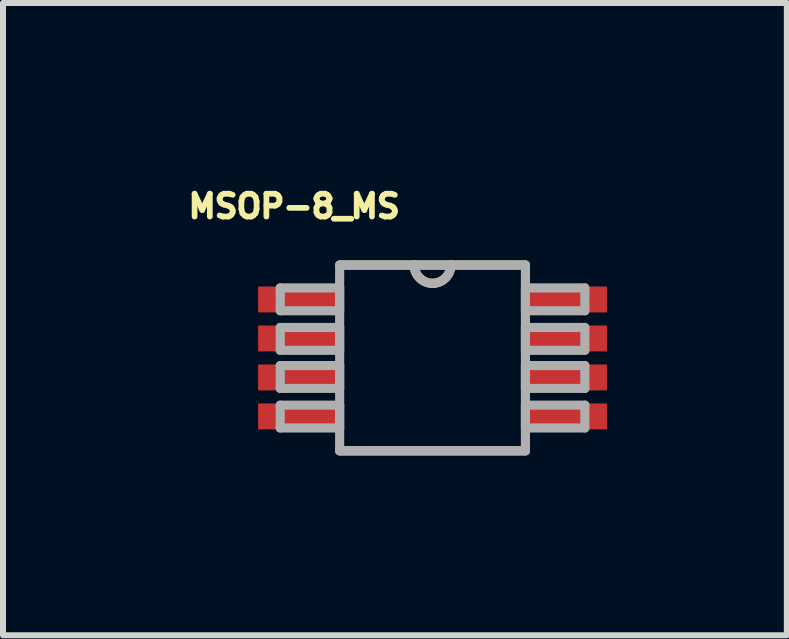
<source format=kicad_pcb>
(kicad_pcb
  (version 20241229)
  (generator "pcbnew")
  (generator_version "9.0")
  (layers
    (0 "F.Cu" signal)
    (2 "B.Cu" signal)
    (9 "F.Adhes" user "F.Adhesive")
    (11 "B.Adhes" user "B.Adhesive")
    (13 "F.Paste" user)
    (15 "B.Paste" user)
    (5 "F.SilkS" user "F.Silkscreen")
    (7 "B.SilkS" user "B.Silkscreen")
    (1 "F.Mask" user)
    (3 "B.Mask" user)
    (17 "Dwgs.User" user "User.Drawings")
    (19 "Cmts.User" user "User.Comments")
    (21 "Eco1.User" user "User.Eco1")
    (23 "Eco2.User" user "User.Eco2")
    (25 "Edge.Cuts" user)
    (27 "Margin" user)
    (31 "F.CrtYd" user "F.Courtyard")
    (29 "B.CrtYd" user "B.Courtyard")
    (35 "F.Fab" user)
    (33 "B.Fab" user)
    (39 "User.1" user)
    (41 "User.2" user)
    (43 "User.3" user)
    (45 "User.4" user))
  (footprint "MSOP-8_MS"
    (layer "F.Cu")
    (at 4.163 2.919)
    (property "Reference" "MSOP-8_MS" (at -2.308 -2.529 0) (layer "F.SilkS") (effects (font (size 0.381 0.381) (thickness 0.15))))
    (attr smd)
    (fp_line (start -1.549 1.549) (end 1.549 1.549) (stroke (width 0.152) (type solid)) (layer "F.SilkS"))
    (fp_line (start -0.305 -1.549) (end -1.549 -1.549) (stroke (width 0.152) (type solid)) (layer "F.SilkS"))
    (fp_line (start 0.305 -1.549) (end -0.305 -1.549) (stroke (width 0.152) (type solid)) (layer "F.SilkS"))
    (fp_line (start 1.549 -1.549) (end 0.305 -1.549) (stroke (width 0.152) (type solid)) (layer "F.SilkS"))
    (fp_arc (start 0.3048 -1.5494) (mid 0 -1.2446) (end -0.3048 -1.5494) (stroke (width 0.1524) (type solid)) (layer "F.SilkS"))
    (fp_line (start -2.54 -1.168) (end -2.54 -0.787) (stroke (width 0.152) (type solid)) (layer "F.Fab"))
    (fp_line (start -2.54 -0.787) (end -1.549 -0.787) (stroke (width 0.152) (type solid)) (layer "F.Fab"))
    (fp_line (start -2.54 -0.508) (end -2.54 -0.127) (stroke (width 0.152) (type solid)) (layer "F.Fab"))
    (fp_line (start -2.54 -0.127) (end -1.549 -0.127) (stroke (width 0.152) (type solid)) (layer "F.Fab"))
    (fp_line (start -2.54 0.127) (end -2.54 0.508) (stroke (width 0.152) (type solid)) (layer "F.Fab"))
    (fp_line (start -2.54 0.508) (end -1.549 0.508) (stroke (width 0.152) (type solid)) (layer "F.Fab"))
    (fp_line (start -2.54 0.787) (end -2.54 1.168) (stroke (width 0.152) (type solid)) (layer "F.Fab"))
    (fp_line (start -2.54 1.168) (end -1.549 1.168) (stroke (width 0.152) (type solid)) (layer "F.Fab"))
    (fp_line (start -1.549 -1.549) (end -1.549 1.549) (stroke (width 0.152) (type solid)) (layer "F.Fab"))
    (fp_line (start -1.549 -1.168) (end -2.54 -1.168) (stroke (width 0.152) (type solid)) (layer "F.Fab"))
    (fp_line (start -1.549 -0.787) (end -1.549 -1.168) (stroke (width 0.152) (type solid)) (layer "F.Fab"))
    (fp_line (start -1.549 -0.508) (end -2.54 -0.508) (stroke (width 0.152) (type solid)) (layer "F.Fab"))
    (fp_line (start -1.549 -0.127) (end -1.549 -0.508) (stroke (width 0.152) (type solid)) (layer "F.Fab"))
    (fp_line (start -1.549 0.127) (end -2.54 0.127) (stroke (width 0.152) (type solid)) (layer "F.Fab"))
    (fp_line (start -1.549 0.508) (end -1.549 0.127) (stroke (width 0.152) (type solid)) (layer "F.Fab"))
    (fp_line (start -1.549 0.787) (end -2.54 0.787) (stroke (width 0.152) (type solid)) (layer "F.Fab"))
    (fp_line (start -1.549 1.168) (end -1.549 0.787) (stroke (width 0.152) (type solid)) (layer "F.Fab"))
    (fp_line (start -1.549 1.549) (end 1.549 1.549) (stroke (width 0.152) (type solid)) (layer "F.Fab"))
    (fp_line (start -0.305 -1.549) (end -1.549 -1.549) (stroke (width 0.152) (type solid)) (layer "F.Fab"))
    (fp_line (start 0.305 -1.549) (end -0.305 -1.549) (stroke (width 0.152) (type solid)) (layer "F.Fab"))
    (fp_line (start 1.549 -1.549) (end 0.305 -1.549) (stroke (width 0.152) (type solid)) (layer "F.Fab"))
    (fp_line (start 1.549 -1.168) (end 1.549 -0.787) (stroke (width 0.152) (type solid)) (layer "F.Fab"))
    (fp_line (start 1.549 -0.787) (end 2.54 -0.787) (stroke (width 0.152) (type solid)) (layer "F.Fab"))
    (fp_line (start 1.549 -0.508) (end 1.549 -0.127) (stroke (width 0.152) (type solid)) (layer "F.Fab"))
    (fp_line (start 1.549 -0.127) (end 2.54 -0.127) (stroke (width 0.152) (type solid)) (layer "F.Fab"))
    (fp_line (start 1.549 0.127) (end 1.549 0.508) (stroke (width 0.152) (type solid)) (layer "F.Fab"))
    (fp_line (start 1.549 0.508) (end 2.54 0.508) (stroke (width 0.152) (type solid)) (layer "F.Fab"))
    (fp_line (start 1.549 0.787) (end 1.549 1.168) (stroke (width 0.152) (type solid)) (layer "F.Fab"))
    (fp_line (start 1.549 1.168) (end 2.54 1.168) (stroke (width 0.152) (type solid)) (layer "F.Fab"))
    (fp_line (start 1.549 1.549) (end 1.549 -1.549) (stroke (width 0.152) (type solid)) (layer "F.Fab"))
    (fp_line (start 2.54 -1.168) (end 1.549 -1.168) (stroke (width 0.152) (type solid)) (layer "F.Fab"))
    (fp_line (start 2.54 -0.787) (end 2.54 -1.168) (stroke (width 0.152) (type solid)) (layer "F.Fab"))
    (fp_line (start 2.54 -0.508) (end 1.549 -0.508) (stroke (width 0.152) (type solid)) (layer "F.Fab"))
    (fp_line (start 2.54 -0.127) (end 2.54 -0.508) (stroke (width 0.152) (type solid)) (layer "F.Fab"))
    (fp_line (start 2.54 0.127) (end 1.549 0.127) (stroke (width 0.152) (type solid)) (layer "F.Fab"))
    (fp_line (start 2.54 0.508) (end 2.54 0.127) (stroke (width 0.152) (type solid)) (layer "F.Fab"))
    (fp_line (start 2.54 0.787) (end 1.549 0.787) (stroke (width 0.152) (type solid)) (layer "F.Fab"))
    (fp_line (start 2.54 1.168) (end 2.54 0.787) (stroke (width 0.152) (type solid)) (layer "F.Fab"))
    (fp_arc (start 0.3048 -1.5494) (mid 0 -1.2446) (end -0.3048 -1.5494) (stroke (width 0.1524) (type solid)) (layer "F.Fab"))
    (pad "1" smd rect (at -2.21 -0.975) (size 1.397 0.432) (layers "F.Cu" "F.Mask" "F.Paste"))
    (pad "2" smd rect (at -2.21 -0.325) (size 1.397 0.432) (layers "F.Cu" "F.Mask" "F.Paste"))
    (pad "3" smd rect (at -2.21 0.325) (size 1.397 0.432) (layers "F.Cu" "F.Mask" "F.Paste"))
    (pad "4" smd rect (at -2.21 0.975) (size 1.397 0.432) (layers "F.Cu" "F.Mask" "F.Paste"))
    (pad "5" smd rect (at 2.21 0.975) (size 1.397 0.432) (layers "F.Cu" "F.Mask" "F.Paste"))
    (pad "6" smd rect (at 2.21 0.325) (size 1.397 0.432) (layers "F.Cu" "F.Mask" "F.Paste"))
    (pad "7" smd rect (at 2.21 -0.325) (size 1.397 0.432) (layers "F.Cu" "F.Mask" "F.Paste"))
    (pad "8" smd rect (at 2.21 -0.975) (size 1.397 0.432) (layers "F.Cu" "F.Mask" "F.Paste")))
  (gr_rect
    (start -3 -3)
    (end 10.071 7.544)
    (stroke (width 0.1) (type default))
    (fill no)
    (layer "Edge.Cuts")))
</source>
